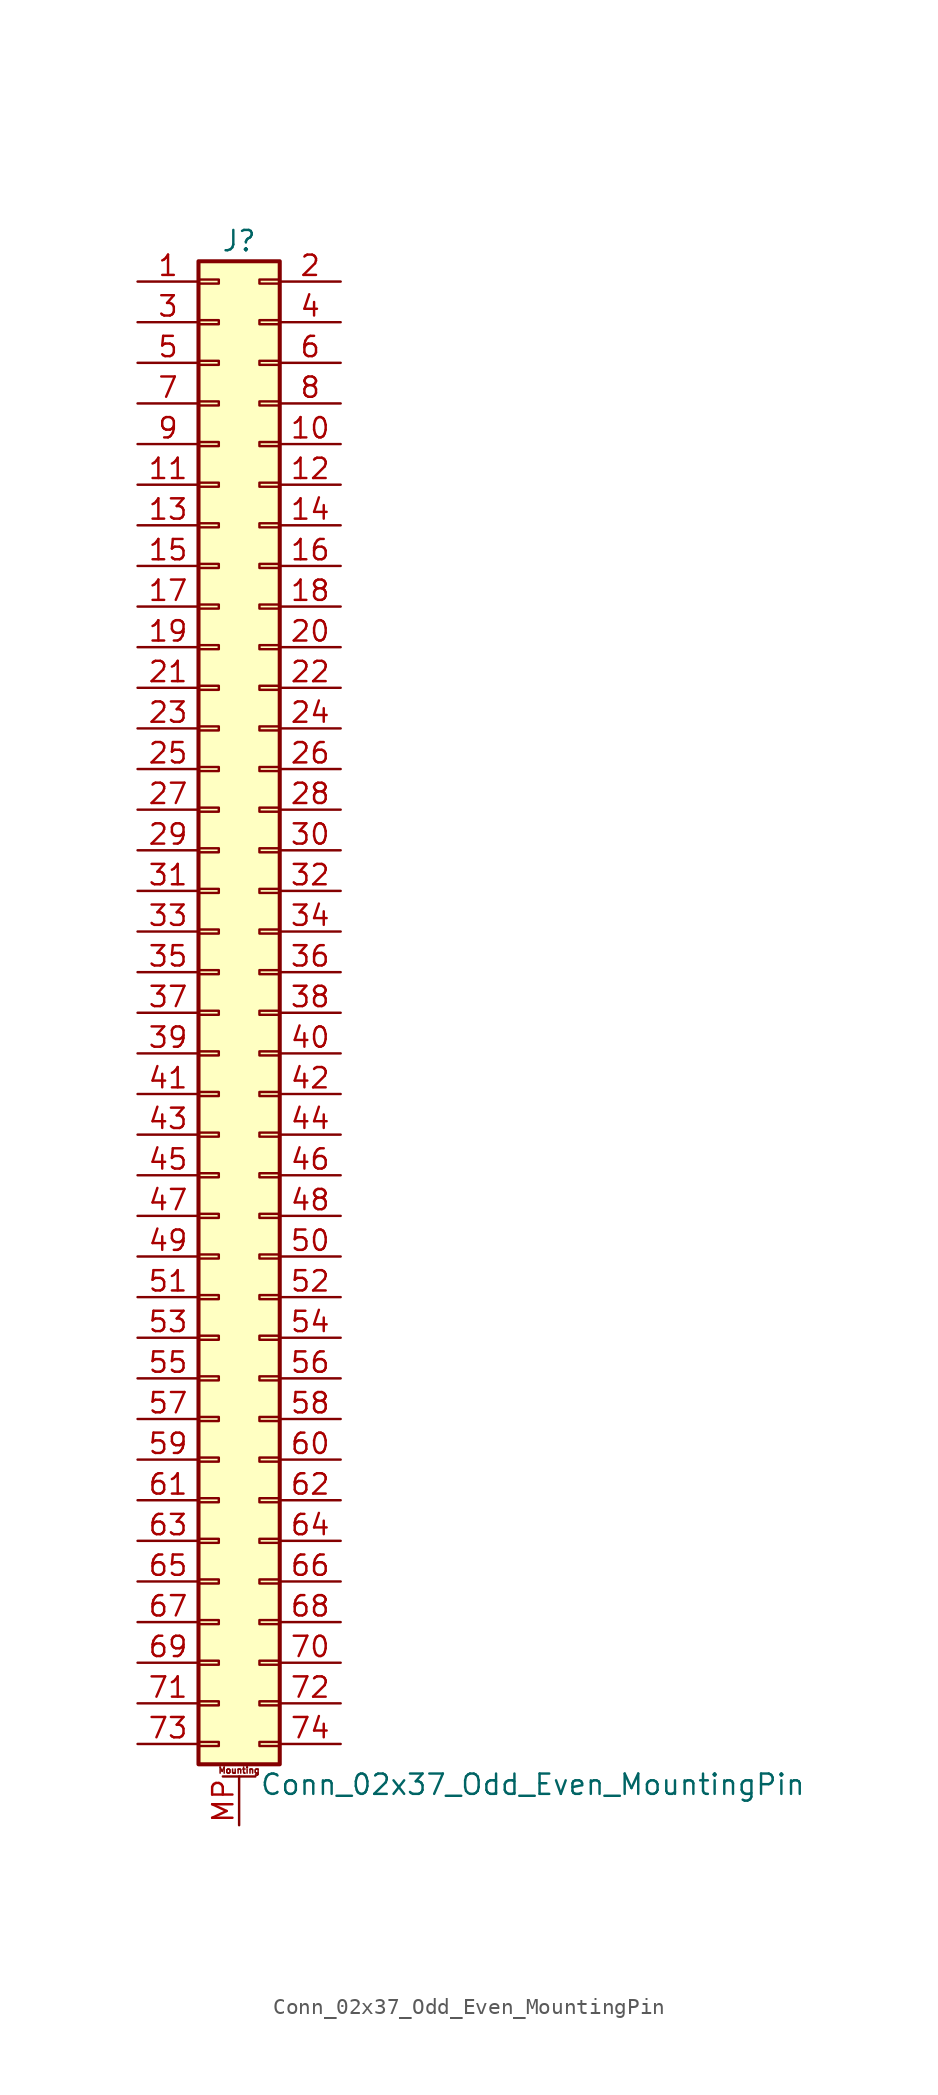
<source format=kicad_sym>
(kicad_symbol_lib
  (version 20201005)
  (generator kicad_symbol_editor)
  (symbol "Conn_02x37_Odd_Even_MountingPin"
    (pin_names
      (offset 1.016) hide)
    (property "Reference" "J"
      (at 1.27 48.26 0)
      (effects (font (size 1.27 1.27))))
    (property "Value" "Conn_02x37_Odd_Even_MountingPin"
      (at 2.54 -48.26 0)
      (effects (font (size 1.27 1.27)) (justify left)))
    (symbol "Conn_02x37_Odd_Even_MountingPin_1_1"
      (text "Mounting" (at 1.27 -47.371 0) (effects (font (size 0.381 0.381))))
      (rectangle (start -1.27 -45.593) (end 0 -45.847) (stroke (width 0.152)) (fill (type none)))
      (rectangle (start -1.27 -43.053) (end 0 -43.307) (stroke (width 0.152)) (fill (type none)))
      (rectangle (start -1.27 -40.513) (end 0 -40.767) (stroke (width 0.152)) (fill (type none)))
      (rectangle (start -1.27 -37.973) (end 0 -38.227) (stroke (width 0.152)) (fill (type none)))
      (rectangle (start -1.27 -35.433) (end 0 -35.687) (stroke (width 0.152)) (fill (type none)))
      (rectangle (start -1.27 -32.893) (end 0 -33.147) (stroke (width 0.152)) (fill (type none)))
      (rectangle (start -1.27 -30.353) (end 0 -30.607) (stroke (width 0.152)) (fill (type none)))
      (rectangle (start -1.27 -27.813) (end 0 -28.067) (stroke (width 0.152)) (fill (type none)))
      (rectangle (start -1.27 -25.273) (end 0 -25.527) (stroke (width 0.152)) (fill (type none)))
      (rectangle (start -1.27 -22.733) (end 0 -22.987) (stroke (width 0.152)) (fill (type none)))
      (rectangle (start -1.27 -20.193) (end 0 -20.447) (stroke (width 0.152)) (fill (type none)))
      (rectangle (start -1.27 -17.653) (end 0 -17.907) (stroke (width 0.152)) (fill (type none)))
      (rectangle (start -1.27 -15.113) (end 0 -15.367) (stroke (width 0.152)) (fill (type none)))
      (rectangle (start -1.27 -12.573) (end 0 -12.827) (stroke (width 0.152)) (fill (type none)))
      (rectangle (start -1.27 -10.033) (end 0 -10.287) (stroke (width 0.152)) (fill (type none)))
      (rectangle (start -1.27 -7.493) (end 0 -7.747) (stroke (width 0.152)) (fill (type none)))
      (rectangle (start -1.27 -4.953) (end 0 -5.207) (stroke (width 0.152)) (fill (type none)))
      (rectangle (start -1.27 -2.413) (end 0 -2.667) (stroke (width 0.152)) (fill (type none)))
      (rectangle (start -1.27 0.127) (end 0 -0.127) (stroke (width 0.152)) (fill (type none)))
      (rectangle (start -1.27 2.667) (end 0 2.413) (stroke (width 0.152)) (fill (type none)))
      (rectangle (start -1.27 5.207) (end 0 4.953) (stroke (width 0.152)) (fill (type none)))
      (rectangle (start -1.27 7.747) (end 0 7.493) (stroke (width 0.152)) (fill (type none)))
      (rectangle (start -1.27 10.287) (end 0 10.033) (stroke (width 0.152)) (fill (type none)))
      (rectangle (start -1.27 12.827) (end 0 12.573) (stroke (width 0.152)) (fill (type none)))
      (rectangle (start -1.27 15.367) (end 0 15.113) (stroke (width 0.152)) (fill (type none)))
      (rectangle (start -1.27 17.907) (end 0 17.653) (stroke (width 0.152)) (fill (type none)))
      (rectangle (start -1.27 20.447) (end 0 20.193) (stroke (width 0.152)) (fill (type none)))
      (rectangle (start -1.27 22.987) (end 0 22.733) (stroke (width 0.152)) (fill (type none)))
      (rectangle (start -1.27 25.527) (end 0 25.273) (stroke (width 0.152)) (fill (type none)))
      (rectangle (start -1.27 28.067) (end 0 27.813) (stroke (width 0.152)) (fill (type none)))
      (rectangle (start -1.27 30.607) (end 0 30.353) (stroke (width 0.152)) (fill (type none)))
      (rectangle (start -1.27 33.147) (end 0 32.893) (stroke (width 0.152)) (fill (type none)))
      (rectangle (start -1.27 35.687) (end 0 35.433) (stroke (width 0.152)) (fill (type none)))
      (rectangle (start -1.27 38.227) (end 0 37.973) (stroke (width 0.152)) (fill (type none)))
      (rectangle (start -1.27 40.767) (end 0 40.513) (stroke (width 0.152)) (fill (type none)))
      (rectangle (start -1.27 43.307) (end 0 43.053) (stroke (width 0.152)) (fill (type none)))
      (rectangle (start -1.27 45.847) (end 0 45.593) (stroke (width 0.152)) (fill (type none)))
      (rectangle (start 3.81 -45.593) (end 2.54 -45.847) (stroke (width 0.152)) (fill (type none)))
      (rectangle (start 3.81 -43.053) (end 2.54 -43.307) (stroke (width 0.152)) (fill (type none)))
      (rectangle (start 3.81 -40.513) (end 2.54 -40.767) (stroke (width 0.152)) (fill (type none)))
      (rectangle (start 3.81 -37.973) (end 2.54 -38.227) (stroke (width 0.152)) (fill (type none)))
      (rectangle (start 3.81 -35.433) (end 2.54 -35.687) (stroke (width 0.152)) (fill (type none)))
      (rectangle (start 3.81 -32.893) (end 2.54 -33.147) (stroke (width 0.152)) (fill (type none)))
      (rectangle (start 3.81 -30.353) (end 2.54 -30.607) (stroke (width 0.152)) (fill (type none)))
      (rectangle (start 3.81 -27.813) (end 2.54 -28.067) (stroke (width 0.152)) (fill (type none)))
      (rectangle (start 3.81 -25.273) (end 2.54 -25.527) (stroke (width 0.152)) (fill (type none)))
      (rectangle (start 3.81 -22.733) (end 2.54 -22.987) (stroke (width 0.152)) (fill (type none)))
      (rectangle (start 3.81 -20.193) (end 2.54 -20.447) (stroke (width 0.152)) (fill (type none)))
      (rectangle (start 3.81 -17.653) (end 2.54 -17.907) (stroke (width 0.152)) (fill (type none)))
      (rectangle (start 3.81 -15.113) (end 2.54 -15.367) (stroke (width 0.152)) (fill (type none)))
      (rectangle (start 3.81 -12.573) (end 2.54 -12.827) (stroke (width 0.152)) (fill (type none)))
      (rectangle (start 3.81 -10.033) (end 2.54 -10.287) (stroke (width 0.152)) (fill (type none)))
      (rectangle (start 3.81 -7.493) (end 2.54 -7.747) (stroke (width 0.152)) (fill (type none)))
      (rectangle (start 3.81 -4.953) (end 2.54 -5.207) (stroke (width 0.152)) (fill (type none)))
      (rectangle (start 3.81 -2.413) (end 2.54 -2.667) (stroke (width 0.152)) (fill (type none)))
      (rectangle (start 3.81 0.127) (end 2.54 -0.127) (stroke (width 0.152)) (fill (type none)))
      (rectangle (start 3.81 2.667) (end 2.54 2.413) (stroke (width 0.152)) (fill (type none)))
      (rectangle (start 3.81 5.207) (end 2.54 4.953) (stroke (width 0.152)) (fill (type none)))
      (rectangle (start 3.81 7.747) (end 2.54 7.493) (stroke (width 0.152)) (fill (type none)))
      (rectangle (start 3.81 10.287) (end 2.54 10.033) (stroke (width 0.152)) (fill (type none)))
      (rectangle (start 3.81 12.827) (end 2.54 12.573) (stroke (width 0.152)) (fill (type none)))
      (rectangle (start 3.81 15.367) (end 2.54 15.113) (stroke (width 0.152)) (fill (type none)))
      (rectangle (start 3.81 17.907) (end 2.54 17.653) (stroke (width 0.152)) (fill (type none)))
      (rectangle (start 3.81 20.447) (end 2.54 20.193) (stroke (width 0.152)) (fill (type none)))
      (rectangle (start 3.81 22.987) (end 2.54 22.733) (stroke (width 0.152)) (fill (type none)))
      (rectangle (start 3.81 25.527) (end 2.54 25.273) (stroke (width 0.152)) (fill (type none)))
      (rectangle (start 3.81 28.067) (end 2.54 27.813) (stroke (width 0.152)) (fill (type none)))
      (rectangle (start 3.81 30.607) (end 2.54 30.353) (stroke (width 0.152)) (fill (type none)))
      (rectangle (start 3.81 33.147) (end 2.54 32.893) (stroke (width 0.152)) (fill (type none)))
      (rectangle (start 3.81 35.687) (end 2.54 35.433) (stroke (width 0.152)) (fill (type none)))
      (rectangle (start 3.81 38.227) (end 2.54 37.973) (stroke (width 0.152)) (fill (type none)))
      (rectangle (start 3.81 40.767) (end 2.54 40.513) (stroke (width 0.152)) (fill (type none)))
      (rectangle (start 3.81 43.307) (end 2.54 43.053) (stroke (width 0.152)) (fill (type none)))
      (rectangle (start 3.81 45.847) (end 2.54 45.593) (stroke (width 0.152)) (fill (type none)))
      (rectangle (start -1.27 46.99) (end 3.81 -46.99) (stroke (width 0.254)) (fill (type background)))
      (polyline (pts (xy 0.254 -47.752) (xy 2.286 -47.752)) (stroke (width 0.152)) (fill (type none)))
      (pin passive line (at -5.08 45.72 0) (length 3.81) (name "Pin_1" (effects (font (size 1.27 1.27)))) (number "1" (effects (font (size 1.27 1.27)))))
      (pin passive line (at 7.62 35.56 180) (length 3.81) (name "Pin_10" (effects (font (size 1.27 1.27)))) (number "10" (effects (font (size 1.27 1.27)))))
      (pin passive line (at -5.08 33.02 0) (length 3.81) (name "Pin_11" (effects (font (size 1.27 1.27)))) (number "11" (effects (font (size 1.27 1.27)))))
      (pin passive line (at 7.62 33.02 180) (length 3.81) (name "Pin_12" (effects (font (size 1.27 1.27)))) (number "12" (effects (font (size 1.27 1.27)))))
      (pin passive line (at -5.08 30.48 0) (length 3.81) (name "Pin_13" (effects (font (size 1.27 1.27)))) (number "13" (effects (font (size 1.27 1.27)))))
      (pin passive line (at 7.62 30.48 180) (length 3.81) (name "Pin_14" (effects (font (size 1.27 1.27)))) (number "14" (effects (font (size 1.27 1.27)))))
      (pin passive line (at -5.08 27.94 0) (length 3.81) (name "Pin_15" (effects (font (size 1.27 1.27)))) (number "15" (effects (font (size 1.27 1.27)))))
      (pin passive line (at 7.62 27.94 180) (length 3.81) (name "Pin_16" (effects (font (size 1.27 1.27)))) (number "16" (effects (font (size 1.27 1.27)))))
      (pin passive line (at -5.08 25.4 0) (length 3.81) (name "Pin_17" (effects (font (size 1.27 1.27)))) (number "17" (effects (font (size 1.27 1.27)))))
      (pin passive line (at 7.62 25.4 180) (length 3.81) (name "Pin_18" (effects (font (size 1.27 1.27)))) (number "18" (effects (font (size 1.27 1.27)))))
      (pin passive line (at -5.08 22.86 0) (length 3.81) (name "Pin_19" (effects (font (size 1.27 1.27)))) (number "19" (effects (font (size 1.27 1.27)))))
      (pin passive line (at 7.62 45.72 180) (length 3.81) (name "Pin_2" (effects (font (size 1.27 1.27)))) (number "2" (effects (font (size 1.27 1.27)))))
      (pin passive line (at 7.62 22.86 180) (length 3.81) (name "Pin_20" (effects (font (size 1.27 1.27)))) (number "20" (effects (font (size 1.27 1.27)))))
      (pin passive line (at -5.08 20.32 0) (length 3.81) (name "Pin_21" (effects (font (size 1.27 1.27)))) (number "21" (effects (font (size 1.27 1.27)))))
      (pin passive line (at 7.62 20.32 180) (length 3.81) (name "Pin_22" (effects (font (size 1.27 1.27)))) (number "22" (effects (font (size 1.27 1.27)))))
      (pin passive line (at -5.08 17.78 0) (length 3.81) (name "Pin_23" (effects (font (size 1.27 1.27)))) (number "23" (effects (font (size 1.27 1.27)))))
      (pin passive line (at 7.62 17.78 180) (length 3.81) (name "Pin_24" (effects (font (size 1.27 1.27)))) (number "24" (effects (font (size 1.27 1.27)))))
      (pin passive line (at -5.08 15.24 0) (length 3.81) (name "Pin_25" (effects (font (size 1.27 1.27)))) (number "25" (effects (font (size 1.27 1.27)))))
      (pin passive line (at 7.62 15.24 180) (length 3.81) (name "Pin_26" (effects (font (size 1.27 1.27)))) (number "26" (effects (font (size 1.27 1.27)))))
      (pin passive line (at -5.08 12.7 0) (length 3.81) (name "Pin_27" (effects (font (size 1.27 1.27)))) (number "27" (effects (font (size 1.27 1.27)))))
      (pin passive line (at 7.62 12.7 180) (length 3.81) (name "Pin_28" (effects (font (size 1.27 1.27)))) (number "28" (effects (font (size 1.27 1.27)))))
      (pin passive line (at -5.08 10.16 0) (length 3.81) (name "Pin_29" (effects (font (size 1.27 1.27)))) (number "29" (effects (font (size 1.27 1.27)))))
      (pin passive line (at -5.08 43.18 0) (length 3.81) (name "Pin_3" (effects (font (size 1.27 1.27)))) (number "3" (effects (font (size 1.27 1.27)))))
      (pin passive line (at 7.62 10.16 180) (length 3.81) (name "Pin_30" (effects (font (size 1.27 1.27)))) (number "30" (effects (font (size 1.27 1.27)))))
      (pin passive line (at -5.08 7.62 0) (length 3.81) (name "Pin_31" (effects (font (size 1.27 1.27)))) (number "31" (effects (font (size 1.27 1.27)))))
      (pin passive line (at 7.62 7.62 180) (length 3.81) (name "Pin_32" (effects (font (size 1.27 1.27)))) (number "32" (effects (font (size 1.27 1.27)))))
      (pin passive line (at -5.08 5.08 0) (length 3.81) (name "Pin_33" (effects (font (size 1.27 1.27)))) (number "33" (effects (font (size 1.27 1.27)))))
      (pin passive line (at 7.62 5.08 180) (length 3.81) (name "Pin_34" (effects (font (size 1.27 1.27)))) (number "34" (effects (font (size 1.27 1.27)))))
      (pin passive line (at -5.08 2.54 0) (length 3.81) (name "Pin_35" (effects (font (size 1.27 1.27)))) (number "35" (effects (font (size 1.27 1.27)))))
      (pin passive line (at 7.62 2.54 180) (length 3.81) (name "Pin_36" (effects (font (size 1.27 1.27)))) (number "36" (effects (font (size 1.27 1.27)))))
      (pin passive line (at -5.08 0 0) (length 3.81) (name "Pin_37" (effects (font (size 1.27 1.27)))) (number "37" (effects (font (size 1.27 1.27)))))
      (pin passive line (at 7.62 0 180) (length 3.81) (name "Pin_38" (effects (font (size 1.27 1.27)))) (number "38" (effects (font (size 1.27 1.27)))))
      (pin passive line (at -5.08 -2.54 0) (length 3.81) (name "Pin_39" (effects (font (size 1.27 1.27)))) (number "39" (effects (font (size 1.27 1.27)))))
      (pin passive line (at 7.62 43.18 180) (length 3.81) (name "Pin_4" (effects (font (size 1.27 1.27)))) (number "4" (effects (font (size 1.27 1.27)))))
      (pin passive line (at 7.62 -2.54 180) (length 3.81) (name "Pin_40" (effects (font (size 1.27 1.27)))) (number "40" (effects (font (size 1.27 1.27)))))
      (pin passive line (at -5.08 -5.08 0) (length 3.81) (name "Pin_41" (effects (font (size 1.27 1.27)))) (number "41" (effects (font (size 1.27 1.27)))))
      (pin passive line (at 7.62 -5.08 180) (length 3.81) (name "Pin_42" (effects (font (size 1.27 1.27)))) (number "42" (effects (font (size 1.27 1.27)))))
      (pin passive line (at -5.08 -7.62 0) (length 3.81) (name "Pin_43" (effects (font (size 1.27 1.27)))) (number "43" (effects (font (size 1.27 1.27)))))
      (pin passive line (at 7.62 -7.62 180) (length 3.81) (name "Pin_44" (effects (font (size 1.27 1.27)))) (number "44" (effects (font (size 1.27 1.27)))))
      (pin passive line (at -5.08 -10.16 0) (length 3.81) (name "Pin_45" (effects (font (size 1.27 1.27)))) (number "45" (effects (font (size 1.27 1.27)))))
      (pin passive line (at 7.62 -10.16 180) (length 3.81) (name "Pin_46" (effects (font (size 1.27 1.27)))) (number "46" (effects (font (size 1.27 1.27)))))
      (pin passive line (at -5.08 -12.7 0) (length 3.81) (name "Pin_47" (effects (font (size 1.27 1.27)))) (number "47" (effects (font (size 1.27 1.27)))))
      (pin passive line (at 7.62 -12.7 180) (length 3.81) (name "Pin_48" (effects (font (size 1.27 1.27)))) (number "48" (effects (font (size 1.27 1.27)))))
      (pin passive line (at -5.08 -15.24 0) (length 3.81) (name "Pin_49" (effects (font (size 1.27 1.27)))) (number "49" (effects (font (size 1.27 1.27)))))
      (pin passive line (at -5.08 40.64 0) (length 3.81) (name "Pin_5" (effects (font (size 1.27 1.27)))) (number "5" (effects (font (size 1.27 1.27)))))
      (pin passive line (at 7.62 -15.24 180) (length 3.81) (name "Pin_50" (effects (font (size 1.27 1.27)))) (number "50" (effects (font (size 1.27 1.27)))))
      (pin passive line (at -5.08 -17.78 0) (length 3.81) (name "Pin_51" (effects (font (size 1.27 1.27)))) (number "51" (effects (font (size 1.27 1.27)))))
      (pin passive line (at 7.62 -17.78 180) (length 3.81) (name "Pin_52" (effects (font (size 1.27 1.27)))) (number "52" (effects (font (size 1.27 1.27)))))
      (pin passive line (at -5.08 -20.32 0) (length 3.81) (name "Pin_53" (effects (font (size 1.27 1.27)))) (number "53" (effects (font (size 1.27 1.27)))))
      (pin passive line (at 7.62 -20.32 180) (length 3.81) (name "Pin_54" (effects (font (size 1.27 1.27)))) (number "54" (effects (font (size 1.27 1.27)))))
      (pin passive line (at -5.08 -22.86 0) (length 3.81) (name "Pin_55" (effects (font (size 1.27 1.27)))) (number "55" (effects (font (size 1.27 1.27)))))
      (pin passive line (at 7.62 -22.86 180) (length 3.81) (name "Pin_56" (effects (font (size 1.27 1.27)))) (number "56" (effects (font (size 1.27 1.27)))))
      (pin passive line (at -5.08 -25.4 0) (length 3.81) (name "Pin_57" (effects (font (size 1.27 1.27)))) (number "57" (effects (font (size 1.27 1.27)))))
      (pin passive line (at 7.62 -25.4 180) (length 3.81) (name "Pin_58" (effects (font (size 1.27 1.27)))) (number "58" (effects (font (size 1.27 1.27)))))
      (pin passive line (at -5.08 -27.94 0) (length 3.81) (name "Pin_59" (effects (font (size 1.27 1.27)))) (number "59" (effects (font (size 1.27 1.27)))))
      (pin passive line (at 7.62 40.64 180) (length 3.81) (name "Pin_6" (effects (font (size 1.27 1.27)))) (number "6" (effects (font (size 1.27 1.27)))))
      (pin passive line (at 7.62 -27.94 180) (length 3.81) (name "Pin_60" (effects (font (size 1.27 1.27)))) (number "60" (effects (font (size 1.27 1.27)))))
      (pin passive line (at -5.08 -30.48 0) (length 3.81) (name "Pin_61" (effects (font (size 1.27 1.27)))) (number "61" (effects (font (size 1.27 1.27)))))
      (pin passive line (at 7.62 -30.48 180) (length 3.81) (name "Pin_62" (effects (font (size 1.27 1.27)))) (number "62" (effects (font (size 1.27 1.27)))))
      (pin passive line (at -5.08 -33.02 0) (length 3.81) (name "Pin_63" (effects (font (size 1.27 1.27)))) (number "63" (effects (font (size 1.27 1.27)))))
      (pin passive line (at 7.62 -33.02 180) (length 3.81) (name "Pin_64" (effects (font (size 1.27 1.27)))) (number "64" (effects (font (size 1.27 1.27)))))
      (pin passive line (at -5.08 -35.56 0) (length 3.81) (name "Pin_65" (effects (font (size 1.27 1.27)))) (number "65" (effects (font (size 1.27 1.27)))))
      (pin passive line (at 7.62 -35.56 180) (length 3.81) (name "Pin_66" (effects (font (size 1.27 1.27)))) (number "66" (effects (font (size 1.27 1.27)))))
      (pin passive line (at -5.08 -38.1 0) (length 3.81) (name "Pin_67" (effects (font (size 1.27 1.27)))) (number "67" (effects (font (size 1.27 1.27)))))
      (pin passive line (at 7.62 -38.1 180) (length 3.81) (name "Pin_68" (effects (font (size 1.27 1.27)))) (number "68" (effects (font (size 1.27 1.27)))))
      (pin passive line (at -5.08 -40.64 0) (length 3.81) (name "Pin_69" (effects (font (size 1.27 1.27)))) (number "69" (effects (font (size 1.27 1.27)))))
      (pin passive line (at -5.08 38.1 0) (length 3.81) (name "Pin_7" (effects (font (size 1.27 1.27)))) (number "7" (effects (font (size 1.27 1.27)))))
      (pin passive line (at 7.62 -40.64 180) (length 3.81) (name "Pin_70" (effects (font (size 1.27 1.27)))) (number "70" (effects (font (size 1.27 1.27)))))
      (pin passive line (at -5.08 -43.18 0) (length 3.81) (name "Pin_71" (effects (font (size 1.27 1.27)))) (number "71" (effects (font (size 1.27 1.27)))))
      (pin passive line (at 7.62 -43.18 180) (length 3.81) (name "Pin_72" (effects (font (size 1.27 1.27)))) (number "72" (effects (font (size 1.27 1.27)))))
      (pin passive line (at -5.08 -45.72 0) (length 3.81) (name "Pin_73" (effects (font (size 1.27 1.27)))) (number "73" (effects (font (size 1.27 1.27)))))
      (pin passive line (at 7.62 -45.72 180) (length 3.81) (name "Pin_74" (effects (font (size 1.27 1.27)))) (number "74" (effects (font (size 1.27 1.27)))))
      (pin passive line (at 7.62 38.1 180) (length 3.81) (name "Pin_8" (effects (font (size 1.27 1.27)))) (number "8" (effects (font (size 1.27 1.27)))))
      (pin passive line (at -5.08 35.56 0) (length 3.81) (name "Pin_9" (effects (font (size 1.27 1.27)))) (number "9" (effects (font (size 1.27 1.27)))))
      (pin passive line (at 1.27 -50.8 90) (length 3.048) (name "MountPin" (effects (font (size 1.27 1.27)))) (number "MP" (effects (font (size 1.27 1.27))))))))
</source>
